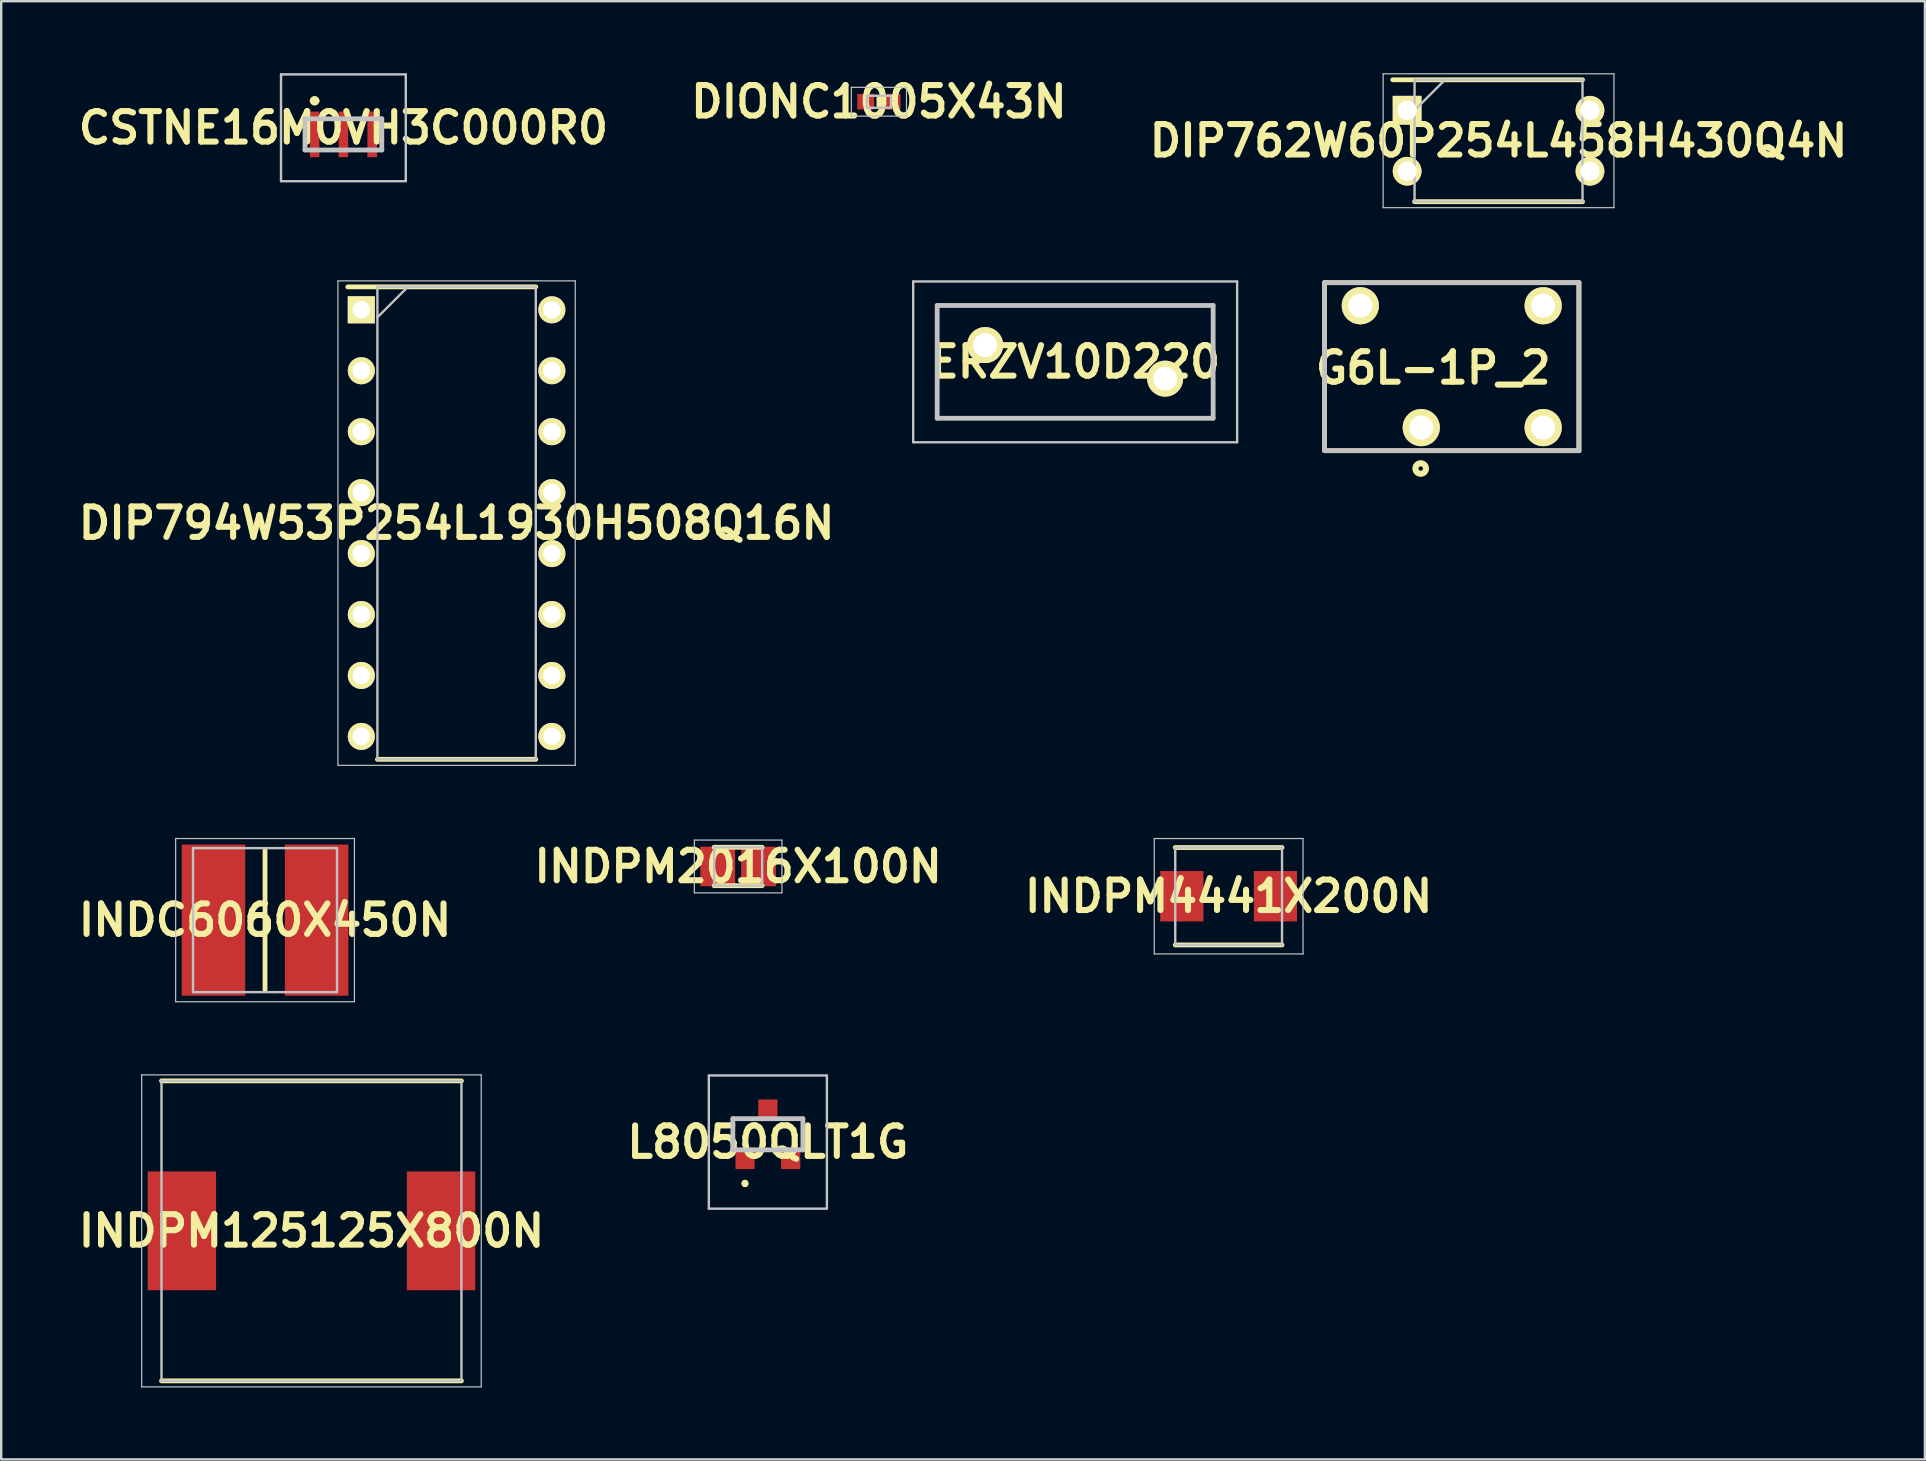
<source format=kicad_pcb>
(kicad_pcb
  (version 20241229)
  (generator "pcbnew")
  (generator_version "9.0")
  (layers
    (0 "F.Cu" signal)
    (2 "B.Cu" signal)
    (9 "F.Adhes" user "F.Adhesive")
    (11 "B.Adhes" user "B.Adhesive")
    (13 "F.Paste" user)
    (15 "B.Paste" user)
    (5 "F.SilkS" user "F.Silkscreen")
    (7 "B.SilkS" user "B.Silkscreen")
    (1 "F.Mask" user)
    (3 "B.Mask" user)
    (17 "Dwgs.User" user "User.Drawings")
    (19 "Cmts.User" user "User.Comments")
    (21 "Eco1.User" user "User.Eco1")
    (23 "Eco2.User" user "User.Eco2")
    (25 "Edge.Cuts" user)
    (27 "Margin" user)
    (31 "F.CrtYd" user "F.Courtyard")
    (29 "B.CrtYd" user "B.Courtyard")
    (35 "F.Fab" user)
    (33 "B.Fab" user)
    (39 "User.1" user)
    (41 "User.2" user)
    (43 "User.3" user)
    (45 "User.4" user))
  (footprint "CSTNE16M0VH3C000R0"
    (layer "F.Cu")
    (at 11.261 2.125)
    (property "Reference" "CSTNE16M0VH3C000R0" (at 0 0.15 0) (layer "F.SilkS") (effects (font (size 1.27 1.27) (thickness 0.254))))
    (attr smd)
    (fp_line (start -1.3 -0.975) (end -1.3 -0.975) (stroke (width 0.2) (type solid)) (layer "F.SilkS"))
    (fp_line (start -1.1 -0.975) (end -1.1 -0.975) (stroke (width 0.2) (type solid)) (layer "F.SilkS"))
    (fp_arc (start -1.3 -0.975) (mid -1.2 -1.075) (end -1.1 -0.975) (stroke (width 0.2) (type solid)) (layer "F.SilkS"))
    (fp_arc (start -1.1 -0.975) (mid -1.2 -0.875) (end -1.3 -0.975) (stroke (width 0.2) (type solid)) (layer "F.SilkS"))
    (fp_line (start -2.6 -2.075) (end 2.6 -2.075) (stroke (width 0.1) (type solid)) (layer "Dwgs.User"))
    (fp_line (start -2.6 2.375) (end -2.6 -2.075) (stroke (width 0.1) (type solid)) (layer "Dwgs.User"))
    (fp_line (start -1.6 -0.225) (end 1.6 -0.225) (stroke (width 0.2) (type solid)) (layer "Dwgs.User"))
    (fp_line (start -1.6 1.075) (end -1.6 -0.225) (stroke (width 0.2) (type solid)) (layer "Dwgs.User"))
    (fp_line (start 1.6 -0.225) (end 1.6 1.075) (stroke (width 0.2) (type solid)) (layer "Dwgs.User"))
    (fp_line (start 1.6 1.075) (end -1.6 1.075) (stroke (width 0.2) (type solid)) (layer "Dwgs.User"))
    (fp_line (start 2.6 -2.075) (end 2.6 2.375) (stroke (width 0.1) (type solid)) (layer "Dwgs.User"))
    (fp_line (start 2.6 2.375) (end -2.6 2.375) (stroke (width 0.1) (type solid)) (layer "Dwgs.User"))
    (pad "1" smd rect (at -1.2 0.425) (size 0.4 1.9) (layers "F.Cu" "F.Mask" "F.Paste"))
    (pad "2" smd rect (at 0 0.425) (size 0.4 1.9) (layers "F.Cu" "F.Mask" "F.Paste"))
    (pad "3" smd rect (at 1.2 0.425) (size 0.4 1.9) (layers "F.Cu" "F.Mask" "F.Paste")))
  (footprint "INDPM4441X200N"
    (layer "F.Cu")
    (at 48.152 34.3)
    (property "Reference" "INDPM4441X200N" (at 0 0 0) (layer "F.SilkS") (effects (font (size 1.27 1.27) (thickness 0.254))))
    (attr smd)
    (fp_line (start -2.225 2.03) (end 2.225 2.03) (stroke (width 0.2) (type solid)) (layer "F.SilkS"))
    (fp_line (start 2.225 -2.03) (end -2.225 -2.03) (stroke (width 0.2) (type solid)) (layer "F.SilkS"))
    (fp_line (start -3.1 -2.405) (end 3.1 -2.405) (stroke (width 0.05) (type solid)) (layer "Dwgs.User"))
    (fp_line (start -3.1 2.405) (end -3.1 -2.405) (stroke (width 0.05) (type solid)) (layer "Dwgs.User"))
    (fp_line (start -2.225 -2.03) (end 2.225 -2.03) (stroke (width 0.1) (type solid)) (layer "Dwgs.User"))
    (fp_line (start -2.225 2.03) (end -2.225 -2.03) (stroke (width 0.1) (type solid)) (layer "Dwgs.User"))
    (fp_line (start 2.225 -2.03) (end 2.225 2.03) (stroke (width 0.1) (type solid)) (layer "Dwgs.User"))
    (fp_line (start 2.225 2.03) (end -2.225 2.03) (stroke (width 0.1) (type solid)) (layer "Dwgs.User"))
    (fp_line (start 3.1 -2.405) (end 3.1 2.405) (stroke (width 0.05) (type solid)) (layer "Dwgs.User"))
    (fp_line (start 3.1 2.405) (end -3.1 2.405) (stroke (width 0.05) (type solid)) (layer "Dwgs.User"))
    (pad "1" smd rect (at -1.95 0) (size 1.8 2.1) (layers "F.Cu" "F.Mask" "F.Paste"))
    (pad "2" smd rect (at 1.95 0) (size 1.8 2.1) (layers "F.Cu" "F.Mask" "F.Paste")))
  (footprint "INDC6060X450N"
    (layer "F.Cu")
    (at 7.995 35.295)
    (property "Reference" "INDC6060X450N" (at 0 0 0) (layer "F.SilkS") (effects (font (size 1.27 1.27) (thickness 0.254))))
    (attr smd)
    (fp_line (start 0 -2.9) (end 0 2.9) (stroke (width 0.2) (type solid)) (layer "F.SilkS"))
    (fp_line (start -3.725 -3.4) (end 3.725 -3.4) (stroke (width 0.05) (type solid)) (layer "Dwgs.User"))
    (fp_line (start -3.725 3.4) (end -3.725 -3.4) (stroke (width 0.05) (type solid)) (layer "Dwgs.User"))
    (fp_line (start -3 -3) (end 3 -3) (stroke (width 0.1) (type solid)) (layer "Dwgs.User"))
    (fp_line (start -3 3) (end -3 -3) (stroke (width 0.1) (type solid)) (layer "Dwgs.User"))
    (fp_line (start 3 -3) (end 3 3) (stroke (width 0.1) (type solid)) (layer "Dwgs.User"))
    (fp_line (start 3 3) (end -3 3) (stroke (width 0.1) (type solid)) (layer "Dwgs.User"))
    (fp_line (start 3.725 -3.4) (end 3.725 3.4) (stroke (width 0.05) (type solid)) (layer "Dwgs.User"))
    (fp_line (start 3.725 3.4) (end -3.725 3.4) (stroke (width 0.05) (type solid)) (layer "Dwgs.User"))
    (pad "1" smd rect (at -2.15 0) (size 2.65 6.3) (layers "F.Cu" "F.Mask" "F.Paste"))
    (pad "2" smd rect (at 2.15 0) (size 2.65 6.3) (layers "F.Cu" "F.Mask" "F.Paste")))
  (footprint "INDPM2016X100N"
    (layer "F.Cu")
    (at 27.711 33.059)
    (property "Reference" "INDPM2016X100N" (at 0 0 0) (layer "F.SilkS") (effects (font (size 1.27 1.27) (thickness 0.254))))
    (attr smd)
    (fp_line (start -1 0.8) (end 1 0.8) (stroke (width 0.2) (type solid)) (layer "F.SilkS"))
    (fp_line (start 1 -0.8) (end -1 -0.8) (stroke (width 0.2) (type solid)) (layer "F.SilkS"))
    (fp_line (start -1.825 -1.1) (end 1.825 -1.1) (stroke (width 0.05) (type solid)) (layer "Dwgs.User"))
    (fp_line (start -1.825 1.1) (end -1.825 -1.1) (stroke (width 0.05) (type solid)) (layer "Dwgs.User"))
    (fp_line (start -1 -0.8) (end 1 -0.8) (stroke (width 0.1) (type solid)) (layer "Dwgs.User"))
    (fp_line (start -1 0.8) (end -1 -0.8) (stroke (width 0.1) (type solid)) (layer "Dwgs.User"))
    (fp_line (start 1 -0.8) (end 1 0.8) (stroke (width 0.1) (type solid)) (layer "Dwgs.User"))
    (fp_line (start 1 0.8) (end -1 0.8) (stroke (width 0.1) (type solid)) (layer "Dwgs.User"))
    (fp_line (start 1.825 -1.1) (end 1.825 1.1) (stroke (width 0.05) (type solid)) (layer "Dwgs.User"))
    (fp_line (start 1.825 1.1) (end -1.825 1.1) (stroke (width 0.05) (type solid)) (layer "Dwgs.User"))
    (pad "1" smd rect (at -0.85 0) (size 1.45 1.65) (layers "F.Cu" "F.Mask" "F.Paste"))
    (pad "2" smd rect (at 0.85 0) (size 1.45 1.65) (layers "F.Cu" "F.Mask" "F.Paste")))
  (footprint "DIONC1005X43N"
    (layer "F.Cu")
    (at 33.577 1.189)
    (property "Reference" "DIONC1005X43N" (at 0 0 0) (layer "F.SilkS") (effects (font (size 1.27 1.27) (thickness 0.254))))
    (attr smd)
    (fp_line (start 0 -0.15) (end 0 0.15) (stroke (width 0.2) (type solid)) (layer "F.SilkS"))
    (fp_line (start -1.15 -0.6) (end 1.15 -0.6) (stroke (width 0.05) (type solid)) (layer "Dwgs.User"))
    (fp_line (start -1.15 0.6) (end -1.15 -0.6) (stroke (width 0.05) (type solid)) (layer "Dwgs.User"))
    (fp_line (start -0.5 -0.25) (end 0.5 -0.25) (stroke (width 0.1) (type solid)) (layer "Dwgs.User"))
    (fp_line (start -0.5 0.25) (end -0.5 -0.25) (stroke (width 0.1) (type solid)) (layer "Dwgs.User"))
    (fp_line (start 0.5 -0.25) (end 0.5 0.25) (stroke (width 0.1) (type solid)) (layer "Dwgs.User"))
    (fp_line (start 0.5 0.25) (end -0.5 0.25) (stroke (width 0.1) (type solid)) (layer "Dwgs.User"))
    (fp_line (start 1.15 -0.6) (end 1.15 0.6) (stroke (width 0.05) (type solid)) (layer "Dwgs.User"))
    (fp_line (start 1.15 0.6) (end -1.15 0.6) (stroke (width 0.05) (type solid)) (layer "Dwgs.User"))
    (pad "1" smd rect (at -0.55 0 90) (size 0.65 0.7) (layers "F.Cu" "F.Mask" "F.Paste"))
    (pad "2" smd rect (at 0.55 0 90) (size 0.65 0.7) (layers "F.Cu" "F.Mask" "F.Paste")))
  (footprint "DIP794W53P254L1930H508Q16N"
    (layer "F.Cu")
    (at 15.978 18.75)
    (property "Reference" "DIP794W53P254L1930H508Q16N" (at 0 0 0) (layer "F.SilkS") (effects (font (size 1.27 1.27) (thickness 0.254))))
    (attr through_hole exclude_from_pos_files)
    (fp_line (start -4.535 -9.845) (end 3.3 -9.845) (stroke (width 0.2) (type solid)) (layer "F.SilkS"))
    (fp_line (start -3.3 9.845) (end 3.3 9.845) (stroke (width 0.2) (type solid)) (layer "F.SilkS"))
    (fp_line (start -4.945 -10.095) (end 4.945 -10.095) (stroke (width 0.05) (type solid)) (layer "Dwgs.User"))
    (fp_line (start -4.945 10.095) (end -4.945 -10.095) (stroke (width 0.05) (type solid)) (layer "Dwgs.User"))
    (fp_line (start -3.3 -9.845) (end 3.3 -9.845) (stroke (width 0.1) (type solid)) (layer "Dwgs.User"))
    (fp_line (start -3.3 -8.575) (end -2.03 -9.845) (stroke (width 0.1) (type solid)) (layer "Dwgs.User"))
    (fp_line (start -3.3 9.845) (end -3.3 -9.845) (stroke (width 0.1) (type solid)) (layer "Dwgs.User"))
    (fp_line (start 3.3 -9.845) (end 3.3 9.845) (stroke (width 0.1) (type solid)) (layer "Dwgs.User"))
    (fp_line (start 3.3 9.845) (end -3.3 9.845) (stroke (width 0.1) (type solid)) (layer "Dwgs.User"))
    (fp_line (start 4.945 -10.095) (end 4.945 10.095) (stroke (width 0.05) (type solid)) (layer "Dwgs.User"))
    (fp_line (start 4.945 10.095) (end -4.945 10.095) (stroke (width 0.05) (type solid)) (layer "Dwgs.User"))
    (pad "1" thru_hole rect (at -3.97 -8.89 90) (size 1.13 1.13) (drill 0.73) (layers "*.Cu" "*.Mask" "F.SilkS"))
    (pad "2" thru_hole circle (at -3.97 -6.35 90) (size 1.13 1.13) (drill 0.73) (layers "*.Cu" "*.Mask" "F.SilkS"))
    (pad "3" thru_hole circle (at -3.97 -3.81 90) (size 1.13 1.13) (drill 0.73) (layers "*.Cu" "*.Mask" "F.SilkS"))
    (pad "4" thru_hole circle (at -3.97 -1.27 90) (size 1.13 1.13) (drill 0.73) (layers "*.Cu" "*.Mask" "F.SilkS"))
    (pad "5" thru_hole circle (at -3.97 1.27 90) (size 1.13 1.13) (drill 0.73) (layers "*.Cu" "*.Mask" "F.SilkS"))
    (pad "6" thru_hole circle (at -3.97 3.81 90) (size 1.13 1.13) (drill 0.73) (layers "*.Cu" "*.Mask" "F.SilkS"))
    (pad "7" thru_hole circle (at -3.97 6.35 90) (size 1.13 1.13) (drill 0.73) (layers "*.Cu" "*.Mask" "F.SilkS"))
    (pad "8" thru_hole circle (at -3.97 8.89 90) (size 1.13 1.13) (drill 0.73) (layers "*.Cu" "*.Mask" "F.SilkS"))
    (pad "9" thru_hole circle (at 3.97 8.89 90) (size 1.13 1.13) (drill 0.73) (layers "*.Cu" "*.Mask" "F.SilkS"))
    (pad "10" thru_hole circle (at 3.97 6.35 90) (size 1.13 1.13) (drill 0.73) (layers "*.Cu" "*.Mask" "F.SilkS"))
    (pad "11" thru_hole circle (at 3.97 3.81 90) (size 1.13 1.13) (drill 0.73) (layers "*.Cu" "*.Mask" "F.SilkS"))
    (pad "12" thru_hole circle (at 3.97 1.27 90) (size 1.13 1.13) (drill 0.73) (layers "*.Cu" "*.Mask" "F.SilkS"))
    (pad "13" thru_hole circle (at 3.97 -1.27 90) (size 1.13 1.13) (drill 0.73) (layers "*.Cu" "*.Mask" "F.SilkS"))
    (pad "14" thru_hole circle (at 3.97 -3.81 90) (size 1.13 1.13) (drill 0.73) (layers "*.Cu" "*.Mask" "F.SilkS"))
    (pad "15" thru_hole circle (at 3.97 -6.35 90) (size 1.13 1.13) (drill 0.73) (layers "*.Cu" "*.Mask" "F.SilkS"))
    (pad "16" thru_hole circle (at 3.97 -8.89 90) (size 1.13 1.13) (drill 0.73) (layers "*.Cu" "*.Mask" "F.SilkS")))
  (footprint "INDPM125125X800N"
    (layer "F.Cu")
    (at 9.93 48.245)
    (property "Reference" "INDPM125125X800N" (at 0 0 0) (layer "F.SilkS") (effects (font (size 1.27 1.27) (thickness 0.254))))
    (attr smd)
    (fp_line (start -6.25 6.25) (end 6.25 6.25) (stroke (width 0.2) (type solid)) (layer "F.SilkS"))
    (fp_line (start 6.25 -6.25) (end -6.25 -6.25) (stroke (width 0.2) (type solid)) (layer "F.SilkS"))
    (fp_line (start -7.075 -6.5) (end 7.075 -6.5) (stroke (width 0.05) (type solid)) (layer "Dwgs.User"))
    (fp_line (start -7.075 6.5) (end -7.075 -6.5) (stroke (width 0.05) (type solid)) (layer "Dwgs.User"))
    (fp_line (start -6.25 -6.25) (end 6.25 -6.25) (stroke (width 0.1) (type solid)) (layer "Dwgs.User"))
    (fp_line (start -6.25 6.25) (end -6.25 -6.25) (stroke (width 0.1) (type solid)) (layer "Dwgs.User"))
    (fp_line (start 6.25 -6.25) (end 6.25 6.25) (stroke (width 0.1) (type solid)) (layer "Dwgs.User"))
    (fp_line (start 6.25 6.25) (end -6.25 6.25) (stroke (width 0.1) (type solid)) (layer "Dwgs.User"))
    (fp_line (start 7.075 -6.5) (end 7.075 6.5) (stroke (width 0.05) (type solid)) (layer "Dwgs.User"))
    (fp_line (start 7.075 6.5) (end -7.075 6.5) (stroke (width 0.05) (type solid)) (layer "Dwgs.User"))
    (pad "1" smd rect (at -5.4 0) (size 2.85 4.95) (layers "F.Cu" "F.Mask" "F.Paste"))
    (pad "2" smd rect (at 5.4 0) (size 2.85 4.95) (layers "F.Cu" "F.Mask" "F.Paste")))
  (footprint "G6L-1P_2"
    (layer "F.Cu")
    (at 57.45 12.23)
    (property "Reference" "G6L-1P_2" (at -0.772 0.052 0) (layer "F.SilkS") (effects (font (size 1.27 1.27) (thickness 0.254))))
    (attr through_hole exclude_from_pos_files)
    (fp_line (start -5.3 -3.5) (end 5.3 -3.5) (stroke (width 0.2) (type solid)) (layer "F.SilkS"))
    (fp_line (start -5.3 3.5) (end -5.3 -3.5) (stroke (width 0.2) (type solid)) (layer "F.SilkS"))
    (fp_line (start 5.3 -3.5) (end 5.3 3.5) (stroke (width 0.2) (type solid)) (layer "F.SilkS"))
    (fp_line (start 5.3 3.5) (end -5.3 3.5) (stroke (width 0.2) (type solid)) (layer "F.SilkS"))
    (fp_circle (center -1.294 4.245) (end -1.386 4.245) (stroke (width 0.254) (type solid)) (fill no) (layer "F.SilkS"))
    (fp_line (start -5.3 -3.5) (end 5.3 -3.5) (stroke (width 0.2) (type solid)) (layer "Dwgs.User"))
    (fp_line (start -5.3 3.5) (end -5.3 -3.5) (stroke (width 0.2) (type solid)) (layer "Dwgs.User"))
    (fp_line (start 5.3 -3.5) (end 5.3 3.5) (stroke (width 0.2) (type solid)) (layer "Dwgs.User"))
    (fp_line (start 5.3 3.5) (end -5.3 3.5) (stroke (width 0.2) (type solid)) (layer "Dwgs.User"))
    (pad "2" thru_hole circle (at -1.27 2.54 90) (size 1.55 1.55) (drill 1) (layers "*.Cu" "*.Mask" "F.SilkS"))
    (pad "4" thru_hole circle (at 3.81 2.54 90) (size 1.55 1.55) (drill 1) (layers "*.Cu" "*.Mask" "F.SilkS"))
    (pad "5" thru_hole circle (at 3.81 -2.54 90) (size 1.55 1.55) (drill 1) (layers "*.Cu" "*.Mask" "F.SilkS"))
    (pad "8" thru_hole circle (at -3.81 -2.54 90) (size 1.55 1.55) (drill 1) (layers "*.Cu" "*.Mask" "F.SilkS")))
  (footprint "ERZV10D220"
    (layer "F.Cu")
    (at 38.006 11.33)
    (property "Reference" "ERZV10D220" (at 3.75 0.7 0) (layer "F.SilkS") (effects (font (size 1.27 1.27) (thickness 0.254))))
    (attr through_hole exclude_from_pos_files)
    (fp_line (start -2 -1.65) (end 9.5 -1.65) (stroke (width 0.1) (type solid)) (layer "F.SilkS"))
    (fp_line (start -2 3.05) (end -2 -1.65) (stroke (width 0.1) (type solid)) (layer "F.SilkS"))
    (fp_line (start 9.5 -1.65) (end 9.5 3.05) (stroke (width 0.1) (type solid)) (layer "F.SilkS"))
    (fp_line (start 9.5 3.05) (end -2 3.05) (stroke (width 0.1) (type solid)) (layer "F.SilkS"))
    (fp_line (start -3 -2.65) (end 10.5 -2.65) (stroke (width 0.1) (type solid)) (layer "Dwgs.User"))
    (fp_line (start -3 4.05) (end -3 -2.65) (stroke (width 0.1) (type solid)) (layer "Dwgs.User"))
    (fp_line (start -2 -1.65) (end 9.5 -1.65) (stroke (width 0.2) (type solid)) (layer "Dwgs.User"))
    (fp_line (start -2 3.05) (end -2 -1.65) (stroke (width 0.2) (type solid)) (layer "Dwgs.User"))
    (fp_line (start 9.5 -1.65) (end 9.5 3.05) (stroke (width 0.2) (type solid)) (layer "Dwgs.User"))
    (fp_line (start 9.5 3.05) (end -2 3.05) (stroke (width 0.2) (type solid)) (layer "Dwgs.User"))
    (fp_line (start 10.5 -2.65) (end 10.5 4.05) (stroke (width 0.1) (type solid)) (layer "Dwgs.User"))
    (fp_line (start 10.5 4.05) (end -3 4.05) (stroke (width 0.1) (type solid)) (layer "Dwgs.User"))
    (pad "1" thru_hole circle (at 0 0 90) (size 1.5 1.5) (drill 1) (layers "*.Cu" "*.Mask" "F.SilkS"))
    (pad "2" thru_hole circle (at 7.5 1.4 90) (size 1.5 1.5) (drill 1) (layers "*.Cu" "*.Mask" "F.SilkS")))
  (footprint "DIP762W60P254L458H430Q4N"
    (layer "F.Cu")
    (at 59.4 2.815)
    (property "Reference" "DIP762W60P254L458H430Q4N" (at 0 0 0) (layer "F.SilkS") (effects (font (size 1.27 1.27) (thickness 0.254))))
    (attr through_hole exclude_from_pos_files)
    (fp_line (start -4.41 -2.54) (end 3.5 -2.54) (stroke (width 0.2) (type solid)) (layer "F.SilkS"))
    (fp_line (start -3.5 2.54) (end 3.5 2.54) (stroke (width 0.2) (type solid)) (layer "F.SilkS"))
    (fp_line (start -4.81 -2.79) (end 4.81 -2.79) (stroke (width 0.05) (type solid)) (layer "Dwgs.User"))
    (fp_line (start -4.81 2.79) (end -4.81 -2.79) (stroke (width 0.05) (type solid)) (layer "Dwgs.User"))
    (fp_line (start -3.5 -2.54) (end 3.5 -2.54) (stroke (width 0.1) (type solid)) (layer "Dwgs.User"))
    (fp_line (start -3.5 -1.27) (end -2.23 -2.54) (stroke (width 0.1) (type solid)) (layer "Dwgs.User"))
    (fp_line (start -3.5 2.54) (end -3.5 -2.54) (stroke (width 0.1) (type solid)) (layer "Dwgs.User"))
    (fp_line (start 3.5 -2.54) (end 3.5 2.54) (stroke (width 0.1) (type solid)) (layer "Dwgs.User"))
    (fp_line (start 3.5 2.54) (end -3.5 2.54) (stroke (width 0.1) (type solid)) (layer "Dwgs.User"))
    (fp_line (start 4.81 -2.79) (end 4.81 2.79) (stroke (width 0.05) (type solid)) (layer "Dwgs.User"))
    (fp_line (start 4.81 2.79) (end -4.81 2.79) (stroke (width 0.05) (type solid)) (layer "Dwgs.User"))
    (pad "1" thru_hole rect (at -3.81 -1.27 90) (size 1.2 1.2) (drill 0.8) (layers "*.Cu" "*.Mask" "F.SilkS"))
    (pad "2" thru_hole circle (at -3.81 1.27 90) (size 1.2 1.2) (drill 0.8) (layers "*.Cu" "*.Mask" "F.SilkS"))
    (pad "3" thru_hole circle (at 3.81 1.27 90) (size 1.2 1.2) (drill 0.8) (layers "*.Cu" "*.Mask" "F.SilkS"))
    (pad "4" thru_hole circle (at 3.81 -1.27 90) (size 1.2 1.2) (drill 0.8) (layers "*.Cu" "*.Mask" "F.SilkS")))
  (footprint "L8050QLT1G"
    (layer "F.Cu")
    (at 28.95 44.22)
    (property "Reference" "L8050QLT1G" (at 0 0.325 0) (layer "F.SilkS") (effects (font (size 1.27 1.27) (thickness 0.254))))
    (attr smd)
    (fp_line (start -0.95 2) (end -0.95 2) (stroke (width 0.2) (type solid)) (layer "F.SilkS"))
    (fp_line (start -0.95 2) (end -0.95 2) (stroke (width 0.2) (type solid)) (layer "F.SilkS"))
    (fp_line (start -0.95 2.1) (end -0.95 2.1) (stroke (width 0.2) (type solid)) (layer "F.SilkS"))
    (fp_arc (start -0.95 2) (mid -0.9 2.05) (end -0.95 2.1) (stroke (width 0.2) (type solid)) (layer "F.SilkS"))
    (fp_arc (start -0.95 2.1) (mid -1 2.05) (end -0.95 2) (stroke (width 0.2) (type solid)) (layer "F.SilkS"))
    (fp_arc (start -0.95 2.1) (mid -1 2.05) (end -0.95 2) (stroke (width 0.2) (type solid)) (layer "F.SilkS"))
    (fp_line (start -2.46 -2.45) (end 2.46 -2.45) (stroke (width 0.1) (type solid)) (layer "Dwgs.User"))
    (fp_line (start -2.46 3.1) (end -2.46 -2.45) (stroke (width 0.1) (type solid)) (layer "Dwgs.User"))
    (fp_line (start -1.46 -0.65) (end -1.46 0.65) (stroke (width 0.2) (type solid)) (layer "Dwgs.User"))
    (fp_line (start -1.46 0.65) (end 1.46 0.65) (stroke (width 0.2) (type solid)) (layer "Dwgs.User"))
    (fp_line (start 1.46 -0.65) (end -1.46 -0.65) (stroke (width 0.2) (type solid)) (layer "Dwgs.User"))
    (fp_line (start 1.46 0.65) (end 1.46 -0.65) (stroke (width 0.2) (type solid)) (layer "Dwgs.User"))
    (fp_line (start 2.46 -2.45) (end 2.46 3.1) (stroke (width 0.1) (type solid)) (layer "Dwgs.User"))
    (fp_line (start 2.46 3.1) (end -2.46 3.1) (stroke (width 0.1) (type solid)) (layer "Dwgs.User"))
    (pad "1" smd rect (at -0.95 1) (size 0.8 0.9) (layers "F.Cu" "F.Mask" "F.Paste"))
    (pad "2" smd rect (at 0.95 1) (size 0.8 0.9) (layers "F.Cu" "F.Mask" "F.Paste"))
    (pad "3" smd rect (at 0 -1) (size 0.8 0.9) (layers "F.Cu" "F.Mask" "F.Paste")))
  (gr_rect
    (start -3 -3)
    (end 77.169 57.77)
    (stroke (width 0.1) (type default))
    (fill no)
    (layer "Edge.Cuts")))
</source>
